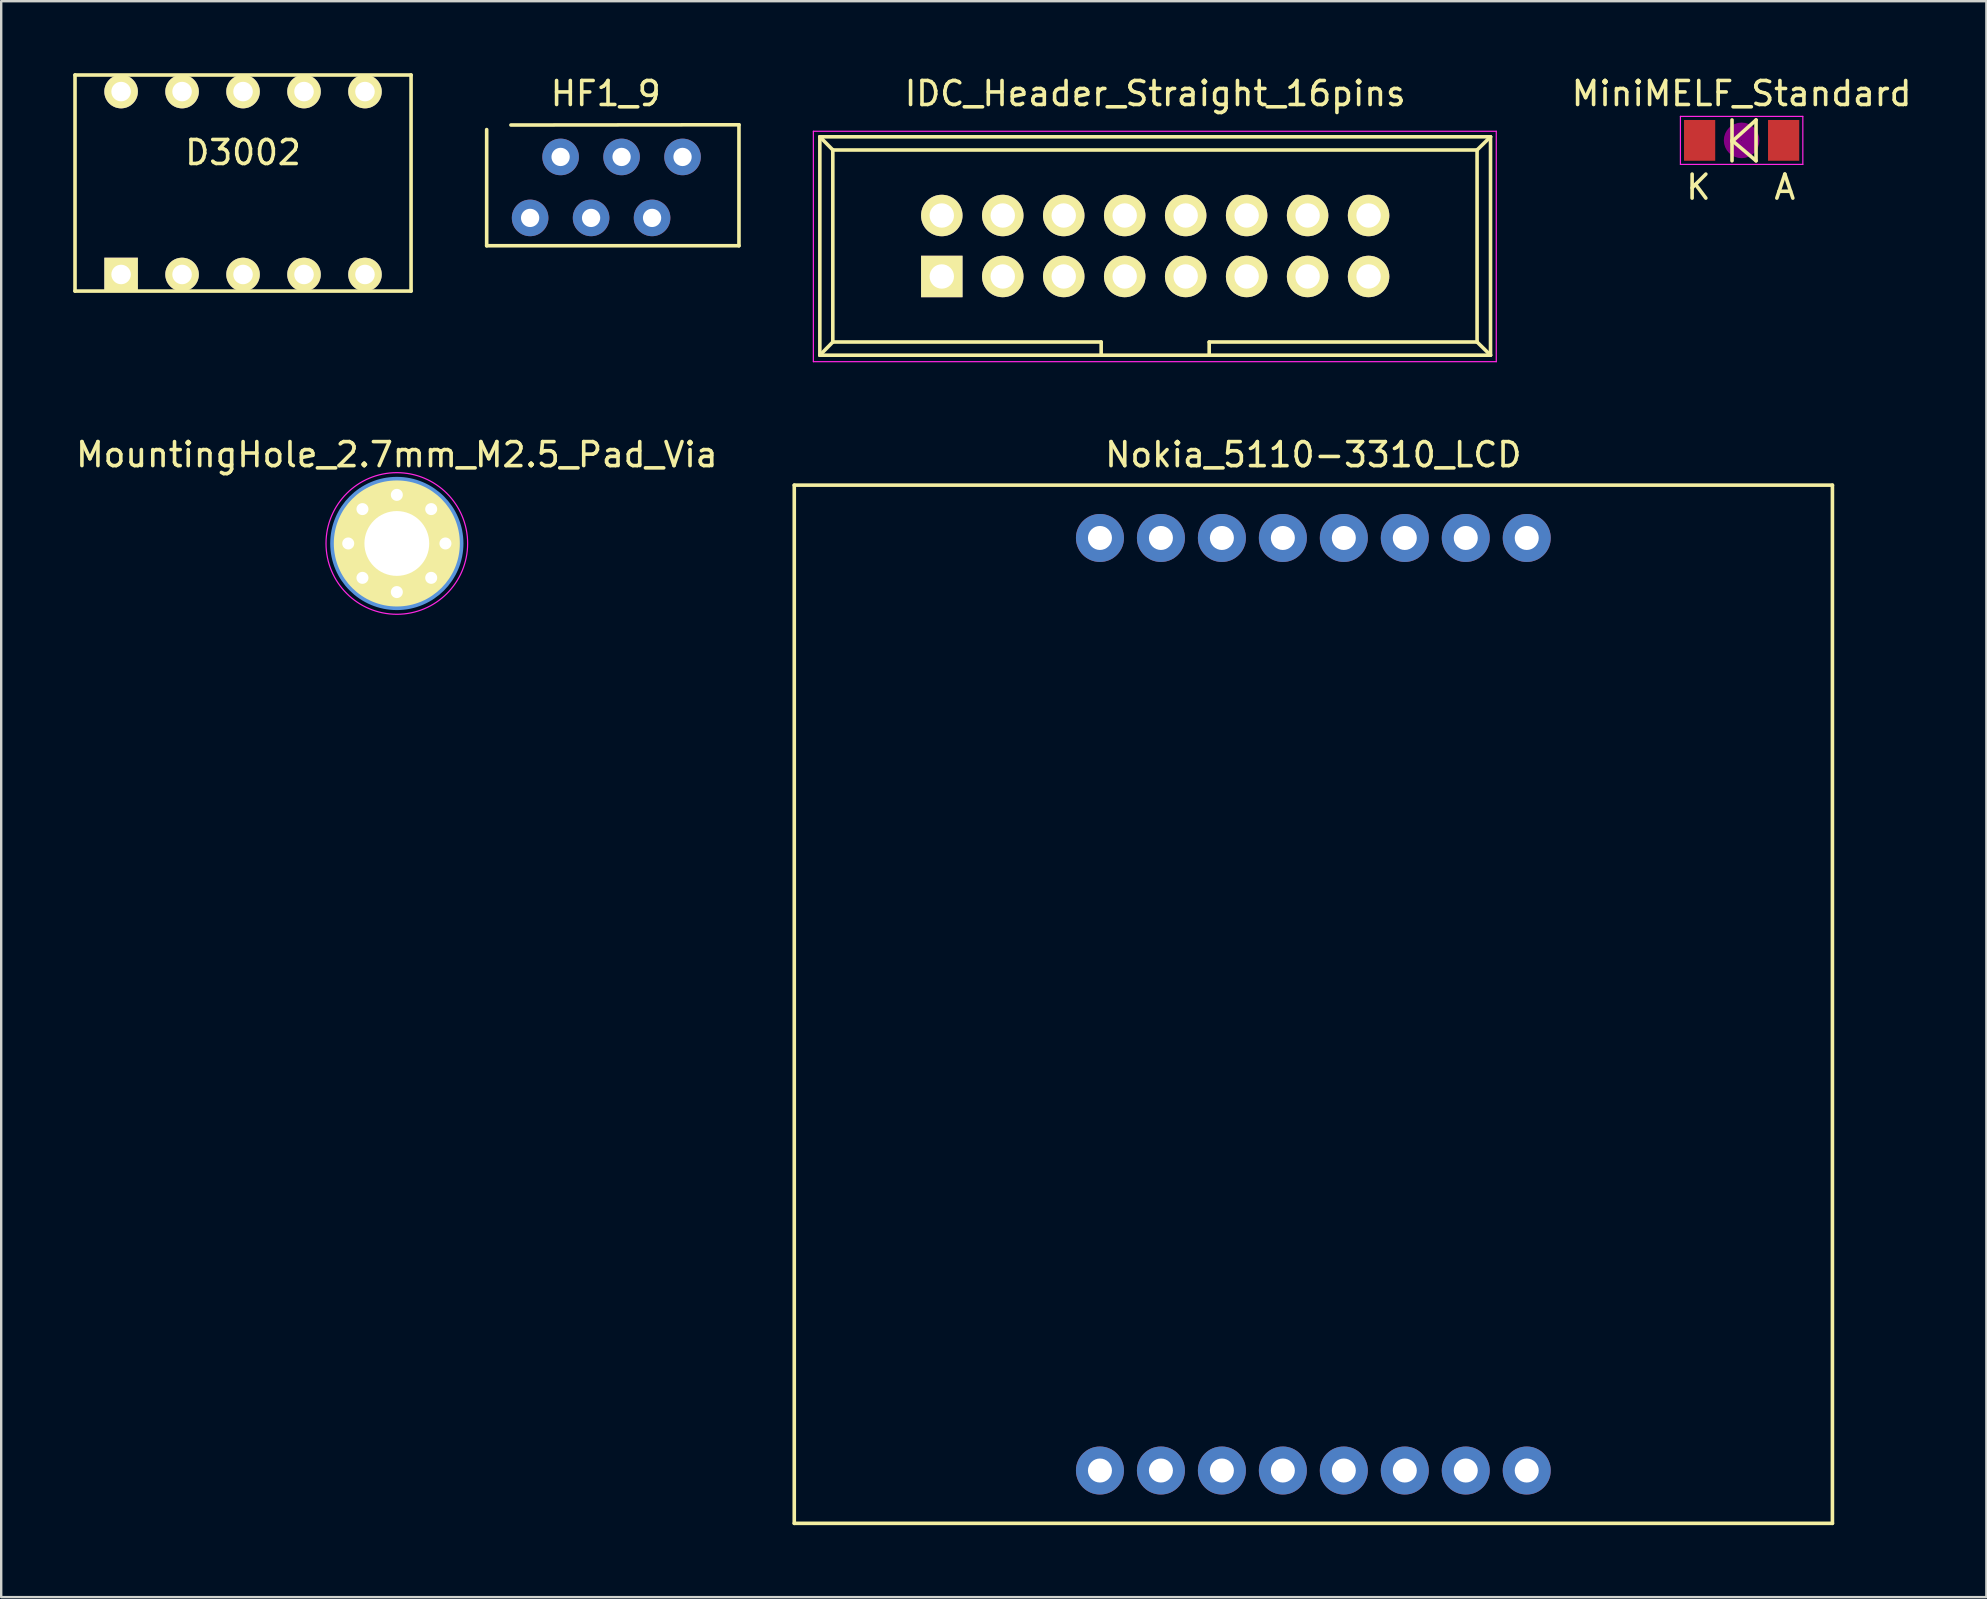
<source format=kicad_pcb>
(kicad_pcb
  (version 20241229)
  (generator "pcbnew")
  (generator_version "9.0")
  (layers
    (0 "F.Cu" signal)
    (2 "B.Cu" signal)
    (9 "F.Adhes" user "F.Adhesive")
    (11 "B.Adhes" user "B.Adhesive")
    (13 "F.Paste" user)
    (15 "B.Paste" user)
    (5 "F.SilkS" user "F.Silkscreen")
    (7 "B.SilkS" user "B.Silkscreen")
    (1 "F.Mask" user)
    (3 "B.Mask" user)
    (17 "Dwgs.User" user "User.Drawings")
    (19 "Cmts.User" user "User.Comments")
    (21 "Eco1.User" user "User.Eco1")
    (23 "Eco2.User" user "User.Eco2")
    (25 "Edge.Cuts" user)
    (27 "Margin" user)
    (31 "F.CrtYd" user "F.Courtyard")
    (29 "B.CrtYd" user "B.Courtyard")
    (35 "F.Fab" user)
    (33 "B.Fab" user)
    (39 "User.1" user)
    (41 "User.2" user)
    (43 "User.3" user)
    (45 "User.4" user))
  (footprint "IDC_Header_Straight_16pins"
    (layer "F.Cu")
    (at 36.185 8.468)
    (property "Reference" "IDC_Header_Straight_16pins" (at 8.89 -7.62 0) (layer "F.SilkS") (effects (font (size 1 1) (thickness 0.15))))
    (attr through_hole)
    (fp_line (start -5.08 -5.82) (end -5.08 3.28) (stroke (width 0.15) (type solid)) (layer "F.SilkS"))
    (fp_line (start -5.08 -5.82) (end -4.54 -5.27) (stroke (width 0.15) (type solid)) (layer "F.SilkS"))
    (fp_line (start -5.08 -5.82) (end 22.86 -5.82) (stroke (width 0.15) (type solid)) (layer "F.SilkS"))
    (fp_line (start -5.08 3.28) (end -4.54 2.73) (stroke (width 0.15) (type solid)) (layer "F.SilkS"))
    (fp_line (start -5.08 3.28) (end 22.86 3.28) (stroke (width 0.15) (type solid)) (layer "F.SilkS"))
    (fp_line (start -4.54 -5.27) (end -4.54 2.73) (stroke (width 0.15) (type solid)) (layer "F.SilkS"))
    (fp_line (start -4.54 -5.27) (end 22.3 -5.27) (stroke (width 0.15) (type solid)) (layer "F.SilkS"))
    (fp_line (start -4.54 2.73) (end 6.64 2.73) (stroke (width 0.15) (type solid)) (layer "F.SilkS"))
    (fp_line (start 6.64 2.73) (end 6.64 3.28) (stroke (width 0.15) (type solid)) (layer "F.SilkS"))
    (fp_line (start 11.14 2.73) (end 11.14 3.28) (stroke (width 0.15) (type solid)) (layer "F.SilkS"))
    (fp_line (start 11.14 2.73) (end 22.3 2.73) (stroke (width 0.15) (type solid)) (layer "F.SilkS"))
    (fp_line (start 22.3 -5.27) (end 22.3 2.73) (stroke (width 0.15) (type solid)) (layer "F.SilkS"))
    (fp_line (start 22.86 -5.82) (end 22.3 -5.27) (stroke (width 0.15) (type solid)) (layer "F.SilkS"))
    (fp_line (start 22.86 -5.82) (end 22.86 3.28) (stroke (width 0.15) (type solid)) (layer "F.SilkS"))
    (fp_line (start 22.86 3.28) (end 22.3 2.73) (stroke (width 0.15) (type solid)) (layer "F.SilkS"))
    (fp_line (start -5.35 -6.05) (end 23.1 -6.05) (stroke (width 0.05) (type solid)) (layer "F.CrtYd"))
    (fp_line (start -5.35 3.55) (end -5.35 -6.05) (stroke (width 0.05) (type solid)) (layer "F.CrtYd"))
    (fp_line (start 23.1 -6.05) (end 23.1 3.55) (stroke (width 0.05) (type solid)) (layer "F.CrtYd"))
    (fp_line (start 23.1 3.55) (end -5.35 3.55) (stroke (width 0.05) (type solid)) (layer "F.CrtYd"))
    (pad "1" thru_hole rect (at 0 0) (size 1.727 1.727) (drill 1.016) (layers "*.Cu" "*.Mask" "F.SilkS"))
    (pad "2" thru_hole oval (at 0 -2.54) (size 1.727 1.727) (drill 1.016) (layers "*.Cu" "*.Mask" "F.SilkS"))
    (pad "3" thru_hole oval (at 2.54 0) (size 1.727 1.727) (drill 1.016) (layers "*.Cu" "*.Mask" "F.SilkS"))
    (pad "4" thru_hole oval (at 2.54 -2.54) (size 1.727 1.727) (drill 1.016) (layers "*.Cu" "*.Mask" "F.SilkS"))
    (pad "5" thru_hole oval (at 5.08 0) (size 1.727 1.727) (drill 1.016) (layers "*.Cu" "*.Mask" "F.SilkS"))
    (pad "6" thru_hole oval (at 5.08 -2.54) (size 1.727 1.727) (drill 1.016) (layers "*.Cu" "*.Mask" "F.SilkS"))
    (pad "7" thru_hole oval (at 7.62 0) (size 1.727 1.727) (drill 1.016) (layers "*.Cu" "*.Mask" "F.SilkS"))
    (pad "8" thru_hole oval (at 7.62 -2.54) (size 1.727 1.727) (drill 1.016) (layers "*.Cu" "*.Mask" "F.SilkS"))
    (pad "9" thru_hole oval (at 10.16 0) (size 1.727 1.727) (drill 1.016) (layers "*.Cu" "*.Mask" "F.SilkS"))
    (pad "10" thru_hole oval (at 10.16 -2.54) (size 1.727 1.727) (drill 1.016) (layers "*.Cu" "*.Mask" "F.SilkS"))
    (pad "11" thru_hole oval (at 12.7 0) (size 1.727 1.727) (drill 1.016) (layers "*.Cu" "*.Mask" "F.SilkS"))
    (pad "12" thru_hole oval (at 12.7 -2.54) (size 1.727 1.727) (drill 1.016) (layers "*.Cu" "*.Mask" "F.SilkS"))
    (pad "13" thru_hole oval (at 15.24 0) (size 1.727 1.727) (drill 1.016) (layers "*.Cu" "*.Mask" "F.SilkS"))
    (pad "14" thru_hole oval (at 15.24 -2.54) (size 1.727 1.727) (drill 1.016) (layers "*.Cu" "*.Mask" "F.SilkS"))
    (pad "15" thru_hole oval (at 17.78 0) (size 1.727 1.727) (drill 1.016) (layers "*.Cu" "*.Mask" "F.SilkS"))
    (pad "16" thru_hole oval (at 17.78 -2.54) (size 1.727 1.727) (drill 1.016) (layers "*.Cu" "*.Mask" "F.SilkS")))
  (footprint "D3002"
    (layer "F.Cu")
    (at 7.075 4.575)
    (property "Reference" "D3002" (at 0 -1.27 0) (layer "F.SilkS") (effects (font (size 1 1) (thickness 0.15))))
    (attr through_hole)
    (fp_line (start -7 -4.5) (end 7 -4.5) (stroke (width 0.15) (type solid)) (layer "F.SilkS"))
    (fp_line (start -7 4.5) (end -7 -4.5) (stroke (width 0.15) (type solid)) (layer "F.SilkS"))
    (fp_line (start 7 -4.5) (end 7 4.5) (stroke (width 0.15) (type solid)) (layer "F.SilkS"))
    (fp_line (start 7 4.5) (end -7 4.5) (stroke (width 0.15) (type solid)) (layer "F.SilkS"))
    (pad "1" thru_hole rect (at -5.08 3.81) (size 1.397 1.397) (drill 0.813) (layers "*.Cu" "*.Mask" "F.SilkS"))
    (pad "2" thru_hole circle (at -2.54 3.81) (size 1.397 1.397) (drill 0.813) (layers "*.Cu" "*.Mask" "F.SilkS"))
    (pad "3" thru_hole circle (at 0 3.81) (size 1.397 1.397) (drill 0.813) (layers "*.Cu" "*.Mask" "F.SilkS"))
    (pad "4" thru_hole circle (at 2.54 3.81) (size 1.397 1.397) (drill 0.813) (layers "*.Cu" "*.Mask" "F.SilkS"))
    (pad "5" thru_hole circle (at 5.08 3.81) (size 1.397 1.397) (drill 0.813) (layers "*.Cu" "*.Mask" "F.SilkS"))
    (pad "6" thru_hole circle (at 5.08 -3.81) (size 1.397 1.397) (drill 0.813) (layers "*.Cu" "*.Mask" "F.SilkS"))
    (pad "7" thru_hole circle (at 2.54 -3.81) (size 1.397 1.397) (drill 0.813) (layers "*.Cu" "*.Mask" "F.SilkS"))
    (pad "8" thru_hole circle (at 0 -3.81) (size 1.397 1.397) (drill 0.813) (layers "*.Cu" "*.Mask" "F.SilkS"))
    (pad "9" thru_hole circle (at -2.54 -3.81) (size 1.397 1.397) (drill 0.813) (layers "*.Cu" "*.Mask" "F.SilkS"))
    (pad "10" thru_hole circle (at -5.08 -3.81) (size 1.397 1.397) (drill 0.813) (layers "*.Cu" "*.Mask" "F.SilkS")))
  (footprint "MountingHole_2.7mm_M2.5_Pad_Via"
    (layer "F.Cu")
    (at 13.482 19.591)
    (property "Reference" "MountingHole_2.7mm_M2.5_Pad_Via" (at 0 -3.7 0) (layer "F.SilkS") (effects (font (size 1 1) (thickness 0.15))))
    (attr through_hole)
    (fp_circle (center 0 0) (end 2.7 0) (stroke (width 0.15) (type solid)) (fill no) (layer "Cmts.User"))
    (fp_circle (center 0 0) (end 2.95 0) (stroke (width 0.05) (type solid)) (fill no) (layer "F.CrtYd"))
    (pad "" thru_hole circle (at -2.025 0) (size 0.6 0.6) (drill 0.5) (layers "*.Cu" "*.Mask"))
    (pad "" thru_hole circle (at -1.432 -1.432) (size 0.6 0.6) (drill 0.5) (layers "*.Cu" "*.Mask"))
    (pad "" thru_hole circle (at -1.432 1.432) (size 0.6 0.6) (drill 0.5) (layers "*.Cu" "*.Mask"))
    (pad "" thru_hole circle (at 0 -2.025) (size 0.6 0.6) (drill 0.5) (layers "*.Cu" "*.Mask"))
    (pad "" thru_hole circle (at 0 2.025) (size 0.6 0.6) (drill 0.5) (layers "*.Cu" "*.Mask"))
    (pad "" thru_hole circle (at 1.432 -1.432) (size 0.6 0.6) (drill 0.5) (layers "*.Cu" "*.Mask"))
    (pad "" thru_hole circle (at 1.432 1.432) (size 0.6 0.6) (drill 0.5) (layers "*.Cu" "*.Mask"))
    (pad "" thru_hole circle (at 2.025 0) (size 0.6 0.6) (drill 0.5) (layers "*.Cu" "*.Mask"))
    (pad "1" thru_hole circle (at 0 0) (size 5.4 5.4) (drill 2.7) (layers "*.Cu" "*.Mask" "F.SilkS")))
  (footprint "Nokia_5110-3310_LCD"
    (layer "F.Cu")
    (at 51.664 17.162)
    (property "Reference" "Nokia_5110-3310_LCD" (at 0 -1.27 0) (layer "F.SilkS") (effects (font (size 1 1) (thickness 0.15))))
    (attr through_hole)
    (fp_line (start -21.625 0) (end -21.625 43.25) (stroke (width 0.15) (type solid)) (layer "F.SilkS"))
    (fp_line (start -21.625 0) (end 21.625 0) (stroke (width 0.15) (type solid)) (layer "F.SilkS"))
    (fp_line (start 21.625 0) (end 21.625 43.25) (stroke (width 0.15) (type solid)) (layer "F.SilkS"))
    (fp_line (start 21.625 43.25) (end -21.625 43.25) (stroke (width 0.15) (type solid)) (layer "F.SilkS"))
    (pad "1" thru_hole circle (at -8.89 2.2) (size 2 2) (drill 1) (layers "*.Cu" "*.Mask"))
    (pad "2" thru_hole circle (at -6.35 2.2) (size 2 2) (drill 1) (layers "*.Cu" "*.Mask"))
    (pad "3" thru_hole circle (at -3.81 2.2) (size 2 2) (drill 1) (layers "*.Cu" "*.Mask"))
    (pad "4" thru_hole circle (at -1.27 2.2) (size 2 2) (drill 1) (layers "*.Cu" "*.Mask"))
    (pad "5" thru_hole circle (at 1.27 2.2) (size 2 2) (drill 1) (layers "*.Cu" "*.Mask"))
    (pad "6" thru_hole circle (at 3.81 41.05) (size 2 2) (drill 1) (layers "*.Cu" "*.Mask"))
    (pad "7" thru_hole circle (at 6.35 41.05) (size 2 2) (drill 1) (layers "*.Cu" "*.Mask"))
    (pad "8" thru_hole circle (at 8.89 41.05) (size 2 2) (drill 1) (layers "*.Cu" "*.Mask"))
    (pad "9" thru_hole circle (at -8.89 41.05) (size 2 2) (drill 1) (layers "*.Cu" "*.Mask"))
    (pad "10" thru_hole circle (at -6.35 41.05) (size 2 2) (drill 1) (layers "*.Cu" "*.Mask"))
    (pad "11" thru_hole circle (at -3.81 41.05) (size 2 2) (drill 1) (layers "*.Cu" "*.Mask"))
    (pad "12" thru_hole circle (at -1.27 41.05) (size 2 2) (drill 1) (layers "*.Cu" "*.Mask"))
    (pad "13" thru_hole circle (at 1.27 41.05) (size 2 2) (drill 1) (layers "*.Cu" "*.Mask"))
    (pad "14" thru_hole circle (at 3.81 2.2) (size 2 2) (drill 1) (layers "*.Cu" "*.Mask"))
    (pad "15" thru_hole circle (at 6.35 2.2) (size 2 2) (drill 1) (layers "*.Cu" "*.Mask"))
    (pad "16" thru_hole circle (at 8.89 2.2) (size 2 2) (drill 1) (layers "*.Cu" "*.Mask")))
  (footprint "HF1_9"
    (layer "F.Cu")
    (at 19.035 6.028)
    (property "Reference" "HF1_9" (at 3.15 -5.18 0) (layer "F.SilkS") (effects (font (size 1 1) (thickness 0.15))))
    (attr through_hole)
    (fp_line (start -1.81 1.16) (end -1.81 -3.68) (stroke (width 0.15) (type solid)) (layer "F.SilkS"))
    (fp_line (start -0.8 -3.87) (end 8.7 -3.88) (stroke (width 0.15) (type solid)) (layer "F.SilkS"))
    (fp_line (start 8.7 -3.88) (end 8.7 1.16) (stroke (width 0.15) (type solid)) (layer "F.SilkS"))
    (fp_line (start 8.7 1.16) (end -1.81 1.16) (stroke (width 0.15) (type solid)) (layer "F.SilkS"))
    (pad "1" thru_hole circle (at 0 0) (size 1.524 1.524) (drill 0.762) (layers "*.Cu" "*.Mask"))
    (pad "2" thru_hole circle (at 1.27 -2.54) (size 1.524 1.524) (drill 0.762) (layers "*.Cu" "*.Mask"))
    (pad "3" thru_hole circle (at 2.54 0) (size 1.524 1.524) (drill 0.762) (layers "*.Cu" "*.Mask"))
    (pad "4" thru_hole circle (at 3.81 -2.54) (size 1.524 1.524) (drill 0.762) (layers "*.Cu" "*.Mask"))
    (pad "5" thru_hole circle (at 5.08 0) (size 1.524 1.524) (drill 0.762) (layers "*.Cu" "*.Mask"))
    (pad "6" thru_hole circle (at 6.35 -2.54) (size 1.524 1.524) (drill 0.762) (layers "*.Cu" "*.Mask")))
  (footprint "MiniMELF_Standard"
    (layer "F.Cu")
    (at 69.506 2.798)
    (property "Reference" "MiniMELF_Standard" (at 0 -1.95 0) (layer "F.SilkS") (effects (font (size 1 1) (thickness 0.15))))
    (attr smd)
    (fp_line (start -0.4 -0.85) (end -0.4 0.85) (stroke (width 0.15) (type solid)) (layer "F.SilkS"))
    (fp_line (start -0.4 0.051) (end 0.601 -0.85) (stroke (width 0.15) (type solid)) (layer "F.SilkS"))
    (fp_line (start 0.601 -0.85) (end 0.601 0.85) (stroke (width 0.15) (type solid)) (layer "F.SilkS"))
    (fp_line (start 0.601 0.85) (end -0.4 0) (stroke (width 0.15) (type solid)) (layer "F.SilkS"))
    (fp_circle (center 0 0) (end 0 0.201) (stroke (width 0.381) (type solid)) (fill no) (layer "F.Adhes"))
    (fp_circle (center 0 0) (end 0 0.551) (stroke (width 0.381) (type solid)) (fill no) (layer "F.Adhes"))
    (fp_line (start -2.55 -1) (end 2.55 -1) (stroke (width 0.05) (type solid)) (layer "F.CrtYd"))
    (fp_line (start -2.55 1) (end -2.55 -1) (stroke (width 0.05) (type solid)) (layer "F.CrtYd"))
    (fp_line (start 2.55 -1) (end 2.55 1) (stroke (width 0.05) (type solid)) (layer "F.CrtYd"))
    (fp_line (start 2.55 1) (end -2.55 1) (stroke (width 0.05) (type solid)) (layer "F.CrtYd"))
    (fp_text user "A" (at 1.8 1.95 0) (layer "F.SilkS") (effects (font (size 1 1) (thickness 0.15))))
    (fp_text user "K" (at -1.8 1.95 0) (layer "F.SilkS") (effects (font (size 1 1) (thickness 0.15))))
    (pad "1" smd rect (at -1.75 0) (size 1.3 1.699) (layers "F.Cu" "F.Mask" "F.Paste"))
    (pad "2" smd rect (at 1.75 0) (size 1.3 1.699) (layers "F.Cu" "F.Mask" "F.Paste")))
  (gr_rect
    (start -3 -3)
    (end 79.703 63.486)
    (stroke (width 0.1) (type default))
    (fill no)
    (layer "Edge.Cuts")))
</source>
